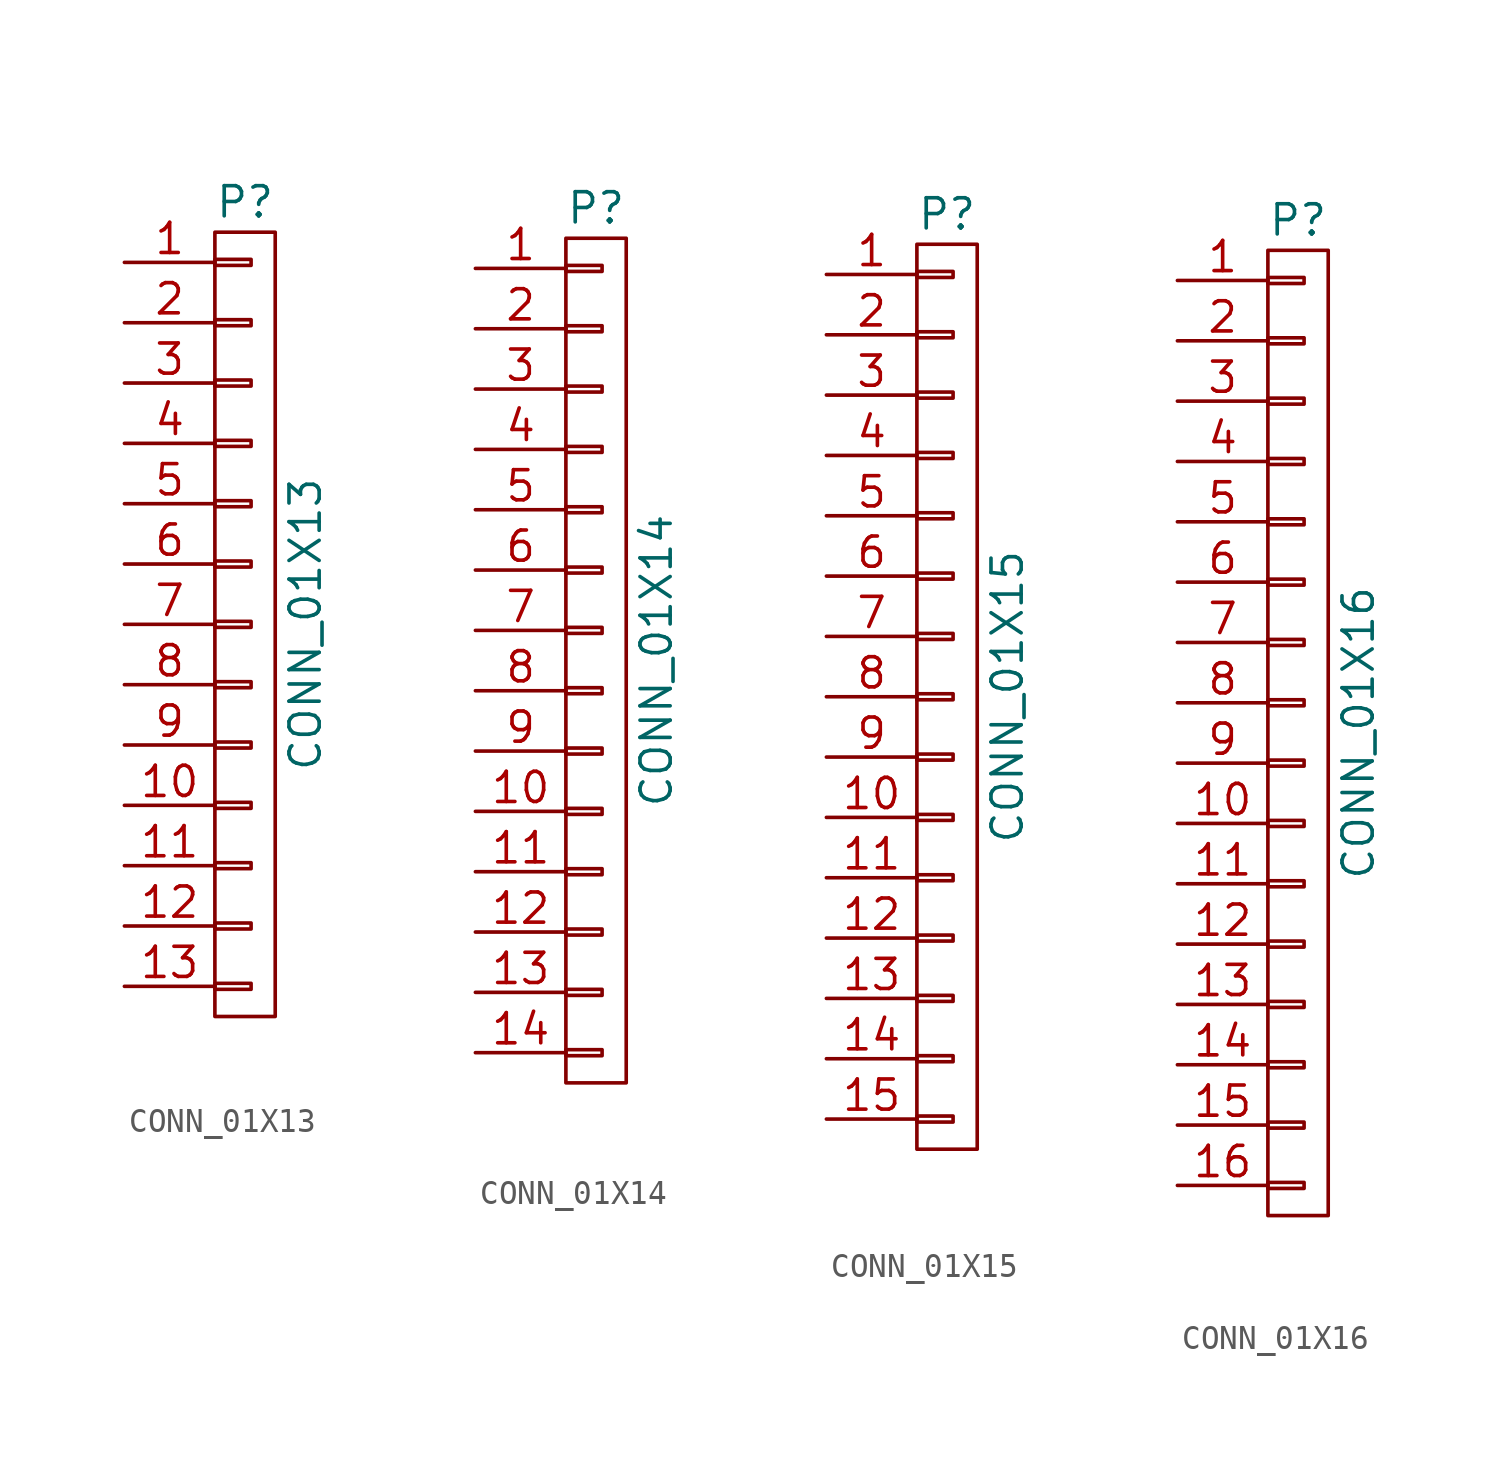
<source format=kicad_sym>
(kicad_symbol_lib
  (version 20231120)
  (generator "kicad_symbol_editor")
  (generator_version "8.0")
  (symbol "CONN_01X13"
    (pin_names
      (offset 1.016) hide)
    (property "Reference" "P"
      (at 0 17.78 0)
      (effects (font (size 1.27 1.27))))
    (property "Value" "CONN_01X13"
      (at 2.54 0 90)
      (effects (font (size 1.27 1.27))))
    (property "Footprint" ""
      (at 0 0 0)
      (effects (font (size 1.27 1.27))))
    (property "Datasheet" ""
      (at 0 0 0)
      (effects (font (size 1.27 1.27))))
    (symbol "CONN_01X13_0_1"
      (rectangle (start -1.27 -16.51) (end 1.27 16.51) (stroke (width 0) (type solid)) (fill (type none)))
      (rectangle (start -1.27 -15.113) (end 0.254 -15.367) (stroke (width 0) (type solid)) (fill (type none)))
      (rectangle (start -1.27 -12.573) (end 0.254 -12.827) (stroke (width 0) (type solid)) (fill (type none)))
      (rectangle (start -1.27 -10.033) (end 0.254 -10.287) (stroke (width 0) (type solid)) (fill (type none)))
      (rectangle (start -1.27 -7.493) (end 0.254 -7.747) (stroke (width 0) (type solid)) (fill (type none)))
      (rectangle (start -1.27 -4.953) (end 0.254 -5.207) (stroke (width 0) (type solid)) (fill (type none)))
      (rectangle (start -1.27 -2.413) (end 0.254 -2.667) (stroke (width 0) (type solid)) (fill (type none)))
      (rectangle (start -1.27 0.127) (end 0.254 -0.127) (stroke (width 0) (type solid)) (fill (type none)))
      (rectangle (start -1.27 2.667) (end 0.254 2.413) (stroke (width 0) (type solid)) (fill (type none)))
      (rectangle (start -1.27 5.207) (end 0.254 4.953) (stroke (width 0) (type solid)) (fill (type none)))
      (rectangle (start -1.27 7.747) (end 0.254 7.493) (stroke (width 0) (type solid)) (fill (type none)))
      (rectangle (start -1.27 10.287) (end 0.254 10.033) (stroke (width 0) (type solid)) (fill (type none)))
      (rectangle (start -1.27 12.827) (end 0.254 12.573) (stroke (width 0) (type solid)) (fill (type none)))
      (rectangle (start -1.27 15.367) (end 0.254 15.113) (stroke (width 0) (type solid)) (fill (type none))))
    (symbol "CONN_01X13_1_1"
      (pin passive line (at -5.08 15.24 0) (length 3.81) (name "P1" (effects (font (size 1.27 1.27)))) (number "1" (effects (font (size 1.27 1.27)))))
      (pin passive line (at -5.08 -7.62 0) (length 3.81) (name "P10" (effects (font (size 1.27 1.27)))) (number "10" (effects (font (size 1.27 1.27)))))
      (pin passive line (at -5.08 -10.16 0) (length 3.81) (name "P11" (effects (font (size 1.27 1.27)))) (number "11" (effects (font (size 1.27 1.27)))))
      (pin passive line (at -5.08 -12.7 0) (length 3.81) (name "P12" (effects (font (size 1.27 1.27)))) (number "12" (effects (font (size 1.27 1.27)))))
      (pin passive line (at -5.08 -15.24 0) (length 3.81) (name "P13" (effects (font (size 1.27 1.27)))) (number "13" (effects (font (size 1.27 1.27)))))
      (pin passive line (at -5.08 12.7 0) (length 3.81) (name "P2" (effects (font (size 1.27 1.27)))) (number "2" (effects (font (size 1.27 1.27)))))
      (pin passive line (at -5.08 10.16 0) (length 3.81) (name "P3" (effects (font (size 1.27 1.27)))) (number "3" (effects (font (size 1.27 1.27)))))
      (pin passive line (at -5.08 7.62 0) (length 3.81) (name "P4" (effects (font (size 1.27 1.27)))) (number "4" (effects (font (size 1.27 1.27)))))
      (pin passive line (at -5.08 5.08 0) (length 3.81) (name "P5" (effects (font (size 1.27 1.27)))) (number "5" (effects (font (size 1.27 1.27)))))
      (pin passive line (at -5.08 2.54 0) (length 3.81) (name "P6" (effects (font (size 1.27 1.27)))) (number "6" (effects (font (size 1.27 1.27)))))
      (pin passive line (at -5.08 0 0) (length 3.81) (name "P7" (effects (font (size 1.27 1.27)))) (number "7" (effects (font (size 1.27 1.27)))))
      (pin passive line (at -5.08 -2.54 0) (length 3.81) (name "P8" (effects (font (size 1.27 1.27)))) (number "8" (effects (font (size 1.27 1.27)))))
      (pin passive line (at -5.08 -5.08 0) (length 3.81) (name "P9" (effects (font (size 1.27 1.27)))) (number "9" (effects (font (size 1.27 1.27)))))))
  (symbol "CONN_01X14"
    (pin_names
      (offset 1.016) hide)
    (property "Reference" "P"
      (at 0 19.05 0)
      (effects (font (size 1.27 1.27))))
    (property "Value" "CONN_01X14"
      (at 2.54 0 90)
      (effects (font (size 1.27 1.27))))
    (property "Footprint" ""
      (at 0 0 0)
      (effects (font (size 1.27 1.27))))
    (property "Datasheet" ""
      (at 0 0 0)
      (effects (font (size 1.27 1.27))))
    (symbol "CONN_01X14_0_1"
      (rectangle (start -1.27 -16.383) (end 0.254 -16.637) (stroke (width 0) (type solid)) (fill (type none)))
      (rectangle (start -1.27 -13.843) (end 0.254 -14.097) (stroke (width 0) (type solid)) (fill (type none)))
      (rectangle (start -1.27 -11.303) (end 0.254 -11.557) (stroke (width 0) (type solid)) (fill (type none)))
      (rectangle (start -1.27 -8.763) (end 0.254 -9.017) (stroke (width 0) (type solid)) (fill (type none)))
      (rectangle (start -1.27 -6.223) (end 0.254 -6.477) (stroke (width 0) (type solid)) (fill (type none)))
      (rectangle (start -1.27 -3.683) (end 0.254 -3.937) (stroke (width 0) (type solid)) (fill (type none)))
      (rectangle (start -1.27 -1.143) (end 0.254 -1.397) (stroke (width 0) (type solid)) (fill (type none)))
      (rectangle (start -1.27 1.397) (end 0.254 1.143) (stroke (width 0) (type solid)) (fill (type none)))
      (rectangle (start -1.27 3.937) (end 0.254 3.683) (stroke (width 0) (type solid)) (fill (type none)))
      (rectangle (start -1.27 6.477) (end 0.254 6.223) (stroke (width 0) (type solid)) (fill (type none)))
      (rectangle (start -1.27 9.017) (end 0.254 8.763) (stroke (width 0) (type solid)) (fill (type none)))
      (rectangle (start -1.27 11.557) (end 0.254 11.303) (stroke (width 0) (type solid)) (fill (type none)))
      (rectangle (start -1.27 14.097) (end 0.254 13.843) (stroke (width 0) (type solid)) (fill (type none)))
      (rectangle (start -1.27 16.637) (end 0.254 16.383) (stroke (width 0) (type solid)) (fill (type none)))
      (rectangle (start -1.27 17.78) (end 1.27 -17.78) (stroke (width 0) (type solid)) (fill (type none))))
    (symbol "CONN_01X14_1_1"
      (pin passive line (at -5.08 16.51 0) (length 3.81) (name "P1" (effects (font (size 1.27 1.27)))) (number "1" (effects (font (size 1.27 1.27)))))
      (pin passive line (at -5.08 -6.35 0) (length 3.81) (name "P10" (effects (font (size 1.27 1.27)))) (number "10" (effects (font (size 1.27 1.27)))))
      (pin passive line (at -5.08 -8.89 0) (length 3.81) (name "P11" (effects (font (size 1.27 1.27)))) (number "11" (effects (font (size 1.27 1.27)))))
      (pin passive line (at -5.08 -11.43 0) (length 3.81) (name "P12" (effects (font (size 1.27 1.27)))) (number "12" (effects (font (size 1.27 1.27)))))
      (pin passive line (at -5.08 -13.97 0) (length 3.81) (name "P13" (effects (font (size 1.27 1.27)))) (number "13" (effects (font (size 1.27 1.27)))))
      (pin passive line (at -5.08 -16.51 0) (length 3.81) (name "P14" (effects (font (size 1.27 1.27)))) (number "14" (effects (font (size 1.27 1.27)))))
      (pin passive line (at -5.08 13.97 0) (length 3.81) (name "P2" (effects (font (size 1.27 1.27)))) (number "2" (effects (font (size 1.27 1.27)))))
      (pin passive line (at -5.08 11.43 0) (length 3.81) (name "P3" (effects (font (size 1.27 1.27)))) (number "3" (effects (font (size 1.27 1.27)))))
      (pin passive line (at -5.08 8.89 0) (length 3.81) (name "P4" (effects (font (size 1.27 1.27)))) (number "4" (effects (font (size 1.27 1.27)))))
      (pin passive line (at -5.08 6.35 0) (length 3.81) (name "P5" (effects (font (size 1.27 1.27)))) (number "5" (effects (font (size 1.27 1.27)))))
      (pin passive line (at -5.08 3.81 0) (length 3.81) (name "P6" (effects (font (size 1.27 1.27)))) (number "6" (effects (font (size 1.27 1.27)))))
      (pin passive line (at -5.08 1.27 0) (length 3.81) (name "P7" (effects (font (size 1.27 1.27)))) (number "7" (effects (font (size 1.27 1.27)))))
      (pin passive line (at -5.08 -1.27 0) (length 3.81) (name "P8" (effects (font (size 1.27 1.27)))) (number "8" (effects (font (size 1.27 1.27)))))
      (pin passive line (at -5.08 -3.81 0) (length 3.81) (name "P9" (effects (font (size 1.27 1.27)))) (number "9" (effects (font (size 1.27 1.27)))))))
  (symbol "CONN_01X15"
    (pin_names
      (offset 1.016) hide)
    (property "Reference" "P"
      (at 0 20.32 0)
      (effects (font (size 1.27 1.27))))
    (property "Value" "CONN_01X15"
      (at 2.54 0 90)
      (effects (font (size 1.27 1.27))))
    (property "Footprint" ""
      (at 0 0 0)
      (effects (font (size 1.27 1.27))))
    (property "Datasheet" ""
      (at 0 0 0)
      (effects (font (size 1.27 1.27))))
    (symbol "CONN_01X15_0_1"
      (rectangle (start -1.27 -17.653) (end 0.254 -17.907) (stroke (width 0) (type solid)) (fill (type none)))
      (rectangle (start -1.27 -15.113) (end 0.254 -15.367) (stroke (width 0) (type solid)) (fill (type none)))
      (rectangle (start -1.27 -12.573) (end 0.254 -12.827) (stroke (width 0) (type solid)) (fill (type none)))
      (rectangle (start -1.27 -10.033) (end 0.254 -10.287) (stroke (width 0) (type solid)) (fill (type none)))
      (rectangle (start -1.27 -7.493) (end 0.254 -7.747) (stroke (width 0) (type solid)) (fill (type none)))
      (rectangle (start -1.27 -4.953) (end 0.254 -5.207) (stroke (width 0) (type solid)) (fill (type none)))
      (rectangle (start -1.27 -2.413) (end 0.254 -2.667) (stroke (width 0) (type solid)) (fill (type none)))
      (rectangle (start -1.27 0.127) (end 0.254 -0.127) (stroke (width 0) (type solid)) (fill (type none)))
      (rectangle (start -1.27 2.667) (end 0.254 2.413) (stroke (width 0) (type solid)) (fill (type none)))
      (rectangle (start -1.27 5.207) (end 0.254 4.953) (stroke (width 0) (type solid)) (fill (type none)))
      (rectangle (start -1.27 7.747) (end 0.254 7.493) (stroke (width 0) (type solid)) (fill (type none)))
      (rectangle (start -1.27 10.287) (end 0.254 10.033) (stroke (width 0) (type solid)) (fill (type none)))
      (rectangle (start -1.27 12.827) (end 0.254 12.573) (stroke (width 0) (type solid)) (fill (type none)))
      (rectangle (start -1.27 15.367) (end 0.254 15.113) (stroke (width 0) (type solid)) (fill (type none)))
      (rectangle (start -1.27 17.907) (end 0.254 17.653) (stroke (width 0) (type solid)) (fill (type none)))
      (rectangle (start -1.27 19.05) (end 1.27 -19.05) (stroke (width 0) (type solid)) (fill (type none))))
    (symbol "CONN_01X15_1_1"
      (pin passive line (at -5.08 17.78 0) (length 3.81) (name "P1" (effects (font (size 1.27 1.27)))) (number "1" (effects (font (size 1.27 1.27)))))
      (pin passive line (at -5.08 -5.08 0) (length 3.81) (name "P10" (effects (font (size 1.27 1.27)))) (number "10" (effects (font (size 1.27 1.27)))))
      (pin passive line (at -5.08 -7.62 0) (length 3.81) (name "P11" (effects (font (size 1.27 1.27)))) (number "11" (effects (font (size 1.27 1.27)))))
      (pin passive line (at -5.08 -10.16 0) (length 3.81) (name "P12" (effects (font (size 1.27 1.27)))) (number "12" (effects (font (size 1.27 1.27)))))
      (pin passive line (at -5.08 -12.7 0) (length 3.81) (name "P13" (effects (font (size 1.27 1.27)))) (number "13" (effects (font (size 1.27 1.27)))))
      (pin passive line (at -5.08 -15.24 0) (length 3.81) (name "P14" (effects (font (size 1.27 1.27)))) (number "14" (effects (font (size 1.27 1.27)))))
      (pin passive line (at -5.08 -17.78 0) (length 3.81) (name "P15" (effects (font (size 1.27 1.27)))) (number "15" (effects (font (size 1.27 1.27)))))
      (pin passive line (at -5.08 15.24 0) (length 3.81) (name "P2" (effects (font (size 1.27 1.27)))) (number "2" (effects (font (size 1.27 1.27)))))
      (pin passive line (at -5.08 12.7 0) (length 3.81) (name "P3" (effects (font (size 1.27 1.27)))) (number "3" (effects (font (size 1.27 1.27)))))
      (pin passive line (at -5.08 10.16 0) (length 3.81) (name "P4" (effects (font (size 1.27 1.27)))) (number "4" (effects (font (size 1.27 1.27)))))
      (pin passive line (at -5.08 7.62 0) (length 3.81) (name "P5" (effects (font (size 1.27 1.27)))) (number "5" (effects (font (size 1.27 1.27)))))
      (pin passive line (at -5.08 5.08 0) (length 3.81) (name "P6" (effects (font (size 1.27 1.27)))) (number "6" (effects (font (size 1.27 1.27)))))
      (pin passive line (at -5.08 2.54 0) (length 3.81) (name "P7" (effects (font (size 1.27 1.27)))) (number "7" (effects (font (size 1.27 1.27)))))
      (pin passive line (at -5.08 0 0) (length 3.81) (name "P8" (effects (font (size 1.27 1.27)))) (number "8" (effects (font (size 1.27 1.27)))))
      (pin passive line (at -5.08 -2.54 0) (length 3.81) (name "P9" (effects (font (size 1.27 1.27)))) (number "9" (effects (font (size 1.27 1.27)))))))
  (symbol "CONN_01X16"
    (pin_names
      (offset 1.016) hide)
    (property "Reference" "P"
      (at 0 21.59 0)
      (effects (font (size 1.27 1.27))))
    (property "Value" "CONN_01X16"
      (at 2.54 0 90)
      (effects (font (size 1.27 1.27))))
    (property "Footprint" ""
      (at 0 0 0)
      (effects (font (size 1.27 1.27))))
    (property "Datasheet" ""
      (at 0 0 0)
      (effects (font (size 1.27 1.27))))
    (symbol "CONN_01X16_0_1"
      (rectangle (start -1.27 -18.923) (end 0.254 -19.177) (stroke (width 0) (type solid)) (fill (type none)))
      (rectangle (start -1.27 -16.383) (end 0.254 -16.637) (stroke (width 0) (type solid)) (fill (type none)))
      (rectangle (start -1.27 -13.843) (end 0.254 -14.097) (stroke (width 0) (type solid)) (fill (type none)))
      (rectangle (start -1.27 -11.303) (end 0.254 -11.557) (stroke (width 0) (type solid)) (fill (type none)))
      (rectangle (start -1.27 -8.763) (end 0.254 -9.017) (stroke (width 0) (type solid)) (fill (type none)))
      (rectangle (start -1.27 -6.223) (end 0.254 -6.477) (stroke (width 0) (type solid)) (fill (type none)))
      (rectangle (start -1.27 -3.683) (end 0.254 -3.937) (stroke (width 0) (type solid)) (fill (type none)))
      (rectangle (start -1.27 -1.143) (end 0.254 -1.397) (stroke (width 0) (type solid)) (fill (type none)))
      (rectangle (start -1.27 1.397) (end 0.254 1.143) (stroke (width 0) (type solid)) (fill (type none)))
      (rectangle (start -1.27 3.937) (end 0.254 3.683) (stroke (width 0) (type solid)) (fill (type none)))
      (rectangle (start -1.27 6.477) (end 0.254 6.223) (stroke (width 0) (type solid)) (fill (type none)))
      (rectangle (start -1.27 9.017) (end 0.254 8.763) (stroke (width 0) (type solid)) (fill (type none)))
      (rectangle (start -1.27 11.557) (end 0.254 11.303) (stroke (width 0) (type solid)) (fill (type none)))
      (rectangle (start -1.27 14.097) (end 0.254 13.843) (stroke (width 0) (type solid)) (fill (type none)))
      (rectangle (start -1.27 16.637) (end 0.254 16.383) (stroke (width 0) (type solid)) (fill (type none)))
      (rectangle (start -1.27 19.177) (end 0.254 18.923) (stroke (width 0) (type solid)) (fill (type none)))
      (rectangle (start -1.27 20.32) (end 1.27 -20.32) (stroke (width 0) (type solid)) (fill (type none))))
    (symbol "CONN_01X16_1_1"
      (pin passive line (at -5.08 19.05 0) (length 3.81) (name "P1" (effects (font (size 1.27 1.27)))) (number "1" (effects (font (size 1.27 1.27)))))
      (pin passive line (at -5.08 -3.81 0) (length 3.81) (name "P10" (effects (font (size 1.27 1.27)))) (number "10" (effects (font (size 1.27 1.27)))))
      (pin passive line (at -5.08 -6.35 0) (length 3.81) (name "P11" (effects (font (size 1.27 1.27)))) (number "11" (effects (font (size 1.27 1.27)))))
      (pin passive line (at -5.08 -8.89 0) (length 3.81) (name "P12" (effects (font (size 1.27 1.27)))) (number "12" (effects (font (size 1.27 1.27)))))
      (pin passive line (at -5.08 -11.43 0) (length 3.81) (name "P13" (effects (font (size 1.27 1.27)))) (number "13" (effects (font (size 1.27 1.27)))))
      (pin passive line (at -5.08 -13.97 0) (length 3.81) (name "P14" (effects (font (size 1.27 1.27)))) (number "14" (effects (font (size 1.27 1.27)))))
      (pin passive line (at -5.08 -16.51 0) (length 3.81) (name "P15" (effects (font (size 1.27 1.27)))) (number "15" (effects (font (size 1.27 1.27)))))
      (pin passive line (at -5.08 -19.05 0) (length 3.81) (name "P16" (effects (font (size 1.27 1.27)))) (number "16" (effects (font (size 1.27 1.27)))))
      (pin passive line (at -5.08 16.51 0) (length 3.81) (name "P2" (effects (font (size 1.27 1.27)))) (number "2" (effects (font (size 1.27 1.27)))))
      (pin passive line (at -5.08 13.97 0) (length 3.81) (name "P3" (effects (font (size 1.27 1.27)))) (number "3" (effects (font (size 1.27 1.27)))))
      (pin passive line (at -5.08 11.43 0) (length 3.81) (name "P4" (effects (font (size 1.27 1.27)))) (number "4" (effects (font (size 1.27 1.27)))))
      (pin passive line (at -5.08 8.89 0) (length 3.81) (name "P5" (effects (font (size 1.27 1.27)))) (number "5" (effects (font (size 1.27 1.27)))))
      (pin passive line (at -5.08 6.35 0) (length 3.81) (name "P6" (effects (font (size 1.27 1.27)))) (number "6" (effects (font (size 1.27 1.27)))))
      (pin passive line (at -5.08 3.81 0) (length 3.81) (name "P7" (effects (font (size 1.27 1.27)))) (number "7" (effects (font (size 1.27 1.27)))))
      (pin passive line (at -5.08 1.27 0) (length 3.81) (name "P8" (effects (font (size 1.27 1.27)))) (number "8" (effects (font (size 1.27 1.27)))))
      (pin passive line (at -5.08 -1.27 0) (length 3.81) (name "P9" (effects (font (size 1.27 1.27)))) (number "9" (effects (font (size 1.27 1.27))))))))
</source>
